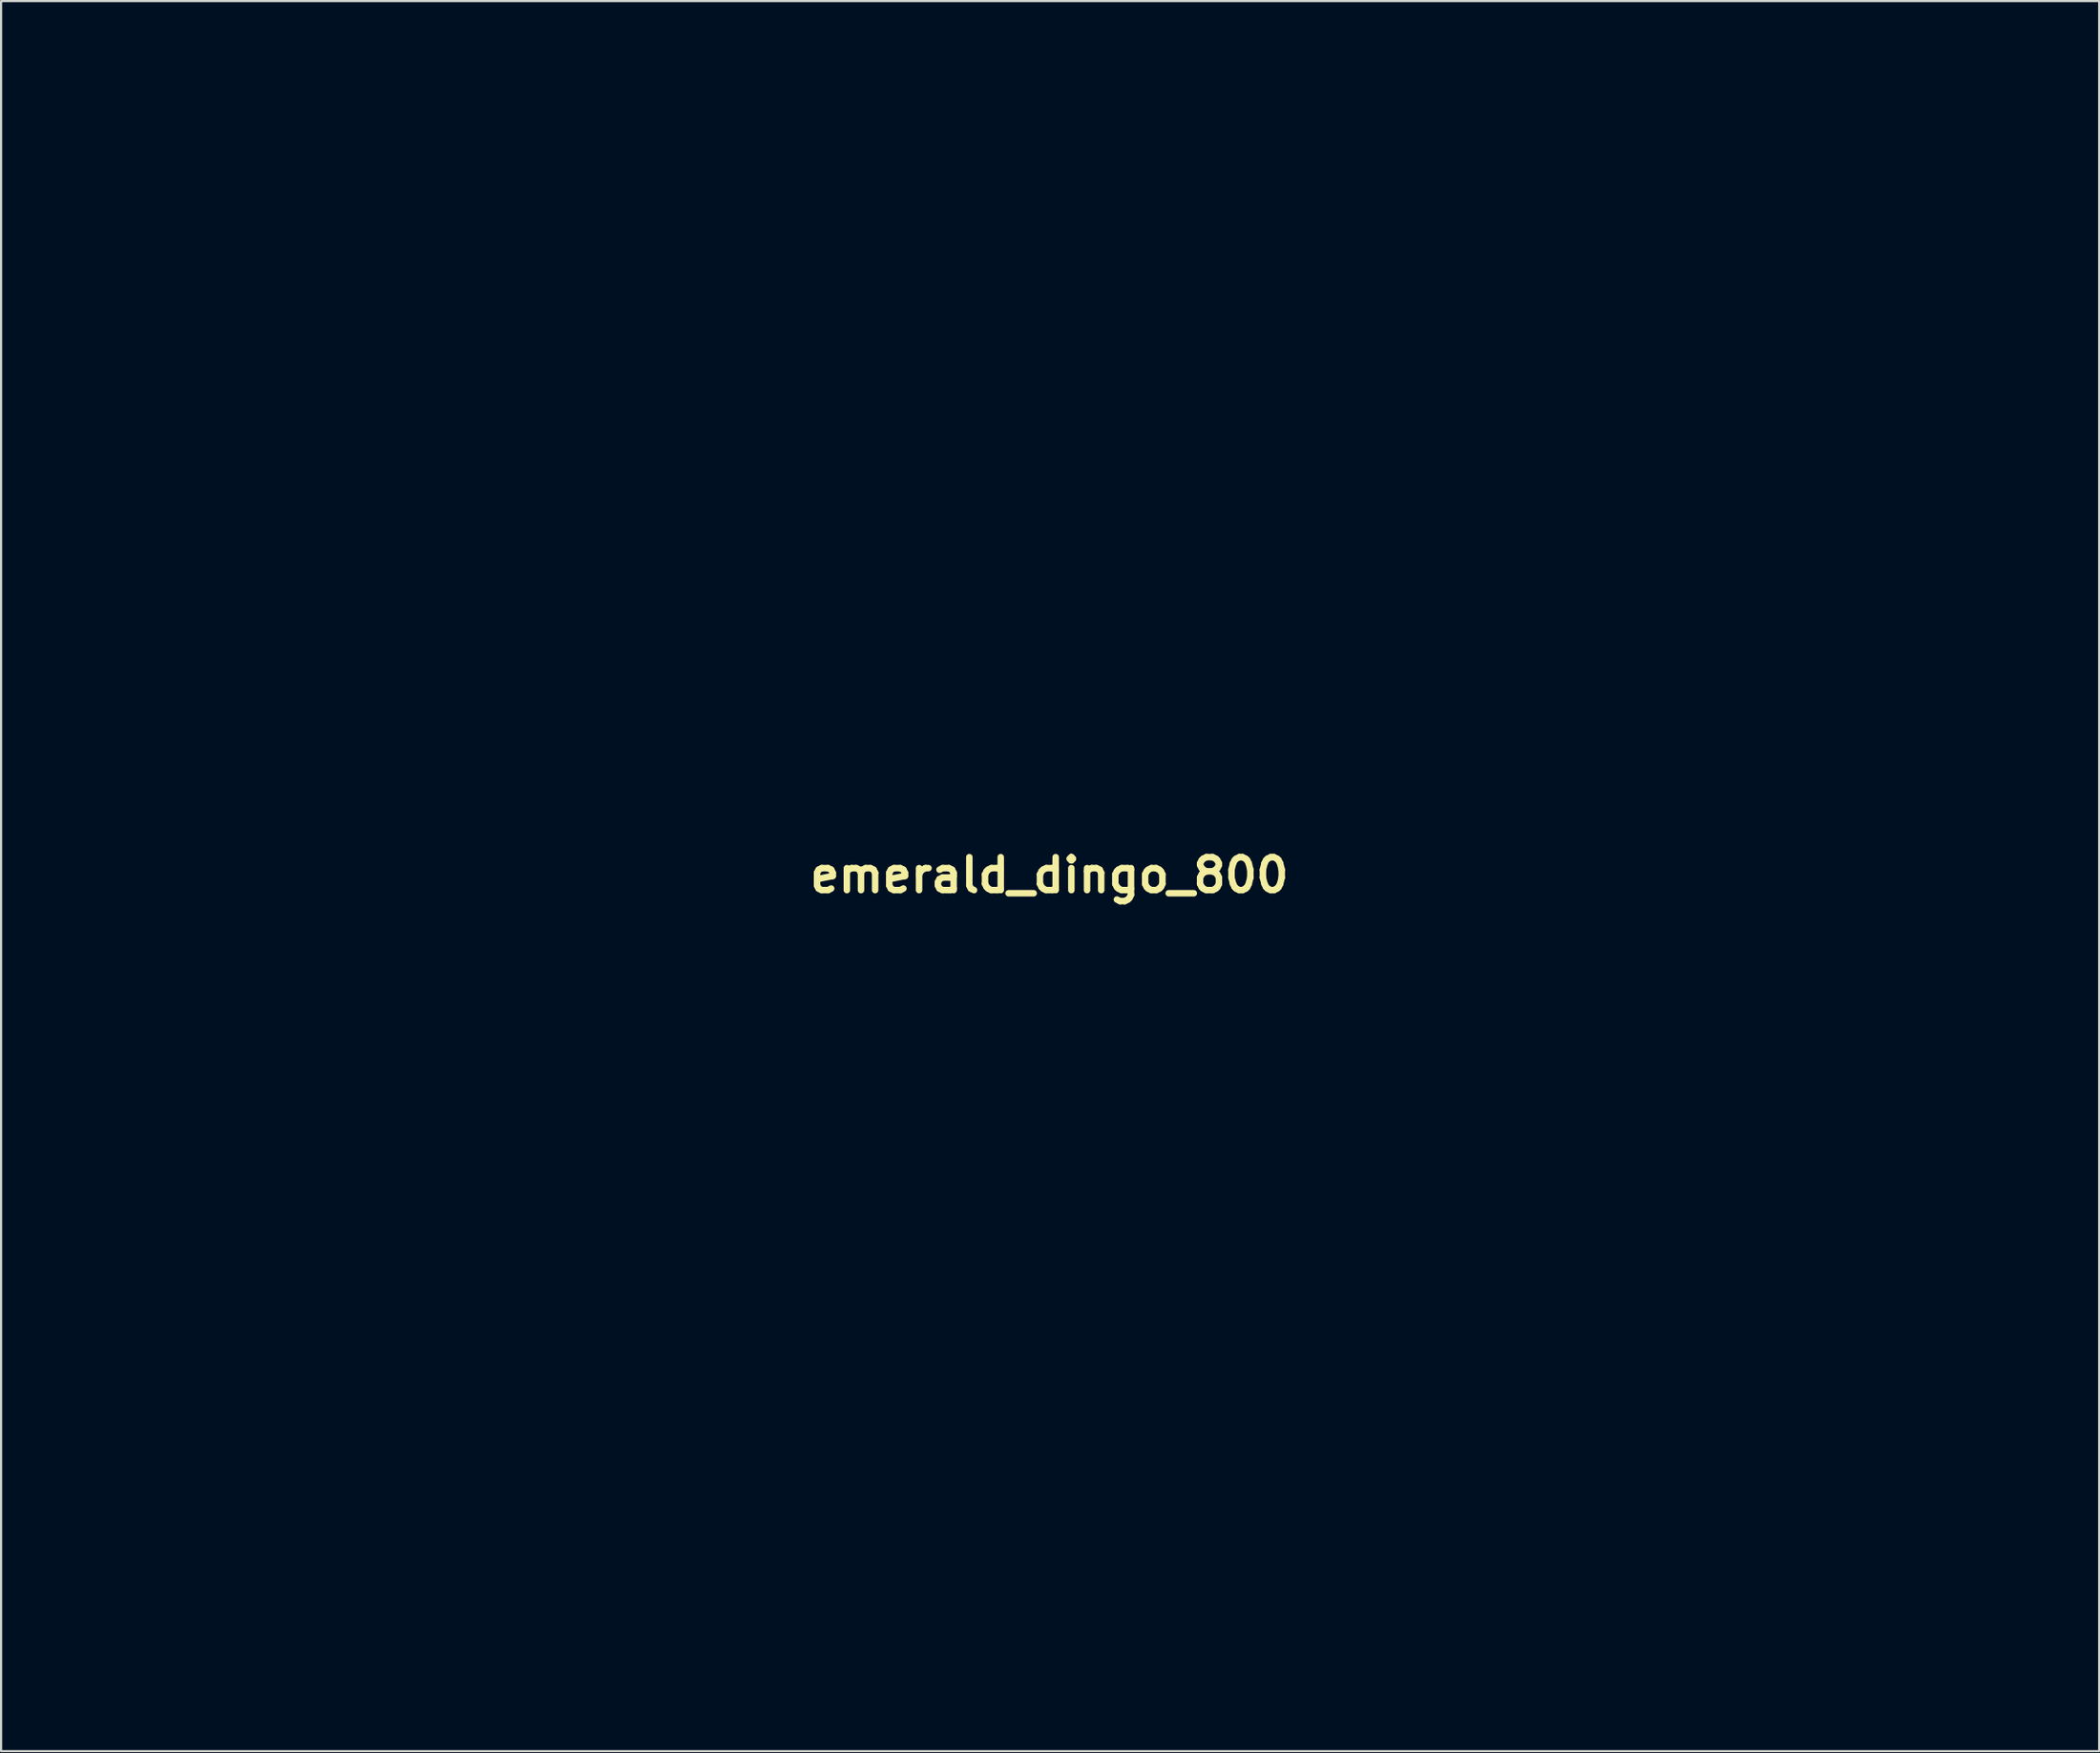
<source format=kicad_pcb>
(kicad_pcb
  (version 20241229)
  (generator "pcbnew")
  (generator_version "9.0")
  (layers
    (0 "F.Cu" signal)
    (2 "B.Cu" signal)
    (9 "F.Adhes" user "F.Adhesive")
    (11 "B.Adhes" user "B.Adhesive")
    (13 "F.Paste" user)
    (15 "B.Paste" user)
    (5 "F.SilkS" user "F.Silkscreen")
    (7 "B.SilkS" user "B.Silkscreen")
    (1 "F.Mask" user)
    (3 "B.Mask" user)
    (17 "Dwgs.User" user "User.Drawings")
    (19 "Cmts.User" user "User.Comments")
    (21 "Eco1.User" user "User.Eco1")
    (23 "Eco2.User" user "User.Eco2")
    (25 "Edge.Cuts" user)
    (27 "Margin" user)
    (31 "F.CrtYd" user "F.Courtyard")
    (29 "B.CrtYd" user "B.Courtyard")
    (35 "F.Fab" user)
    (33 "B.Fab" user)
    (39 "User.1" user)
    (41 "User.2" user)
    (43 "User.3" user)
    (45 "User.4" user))
  (footprint "emerald_dingo_800"
    (layer "F.Cu")
    (at 45.461 37.409)
    (property "Reference" "emerald_dingo_800" (at 0 0 0) (layer "F.SilkS") (effects (font (size 1.524 1.524) (thickness 0.3))))
    (attr through_hole)
    (fp_poly (pts (xy 19.812 37.338) (xy 17.357 37.338) (xy 17.357 28.956) (xy 19.812 28.956) (xy 19.812 37.338)) (stroke (width 0.01) (type solid)) (fill no) (layer "Eco2.User"))
    (fp_poly (pts (xy -31.315 -34.246) (xy -31.117 -34.1) (xy -30.831 -33.856) (xy -30.445 -33.506) (xy -30.195 -33.271) (xy -30.149 -33.219) (xy -30.131 -33.158) (xy -30.152 -33.071) (xy -30.223 -32.941) (xy -30.355 -32.749) (xy -30.56 -32.481) (xy -30.847 -32.117) (xy -31.229 -31.641) (xy -31.288 -31.568) (xy -31.651 -31.119) (xy -31.987 -30.706) (xy -32.278 -30.35) (xy -32.508 -30.072) (xy -32.659 -29.894) (xy -32.703 -29.845) (xy -32.868 -29.676) (xy -32.822 -29.845) (xy -32.743 -30.128) (xy -32.632 -30.512) (xy -32.498 -30.971) (xy -32.348 -31.48) (xy -32.19 -32.013) (xy -32.031 -32.545) (xy -31.88 -33.048) (xy -31.743 -33.498) (xy -31.629 -33.869) (xy -31.546 -34.135) (xy -31.501 -34.27) (xy -31.496 -34.28) (xy -31.437 -34.303) (xy -31.315 -34.246)) (stroke (width 0.01) (type solid)) (fill no) (layer "Eco2.User"))
    (fp_poly (pts (xy -5.927 31.698) (xy -5.926 32.499) (xy -5.923 33.148) (xy -5.913 33.66) (xy -5.894 34.054) (xy -5.861 34.344) (xy -5.811 34.549) (xy -5.741 34.685) (xy -5.647 34.768) (xy -5.526 34.815) (xy -5.374 34.843) (xy -5.27 34.857) (xy -4.911 34.905) (xy -4.911 37.338) (xy -5.228 37.327) (xy -5.492 37.31) (xy -5.832 37.277) (xy -6.066 37.249) (xy -6.731 37.084) (xy -7.305 36.781) (xy -7.777 36.345) (xy -8.137 35.784) (xy -8.161 35.734) (xy -8.207 35.627) (xy -8.245 35.515) (xy -8.275 35.377) (xy -8.299 35.198) (xy -8.317 34.958) (xy -8.331 34.64) (xy -8.342 34.227) (xy -8.35 33.699) (xy -8.357 33.039) (xy -8.364 32.229) (xy -8.365 32.152) (xy -8.39 28.956) (xy -5.927 28.956) (xy -5.927 31.698)) (stroke (width 0.01) (type solid)) (fill no) (layer "Eco2.User"))
    (fp_poly (pts (xy 18.012 -0.905) (xy 18.51 -0.763) (xy 18.958 -0.501) (xy 19.397 -0.1) (xy 19.505 0.018) (xy 19.863 0.477) (xy 20.178 0.991) (xy 20.441 1.533) (xy 20.642 2.074) (xy 20.773 2.587) (xy 20.825 3.043) (xy 20.788 3.416) (xy 20.696 3.622) (xy 20.599 3.734) (xy 20.481 3.788) (xy 20.307 3.784) (xy 20.043 3.72) (xy 19.685 3.607) (xy 19.126 3.404) (xy 18.51 3.146) (xy 17.861 2.847) (xy 17.204 2.521) (xy 16.563 2.18) (xy 15.962 1.837) (xy 15.424 1.507) (xy 14.974 1.201) (xy 14.635 0.934) (xy 14.448 0.739) (xy 14.281 0.516) (xy 14.479 0.228) (xy 14.79 -0.1) (xy 15.234 -0.393) (xy 15.776 -0.639) (xy 16.379 -0.821) (xy 17.009 -0.927) (xy 17.421 -0.948) (xy 18.012 -0.905)) (stroke (width 0.01) (type solid)) (fill no) (layer "Eco2.User"))
    (fp_poly (pts (xy 31.952 -0.734) (xy 32.525 -0.654) (xy 33.092 -0.513) (xy 33.617 -0.323) (xy 34.063 -0.095) (xy 34.391 0.157) (xy 34.478 0.259) (xy 34.572 0.451) (xy 34.563 0.658) (xy 34.441 0.904) (xy 34.197 1.213) (xy 34.03 1.396) (xy 33.515 1.873) (xy 32.901 2.332) (xy 32.221 2.757) (xy 31.507 3.13) (xy 30.792 3.438) (xy 30.108 3.662) (xy 29.488 3.788) (xy 29.161 3.81) (xy 28.858 3.803) (xy 28.674 3.771) (xy 28.56 3.698) (xy 28.481 3.596) (xy 28.377 3.298) (xy 28.366 2.896) (xy 28.439 2.421) (xy 28.585 1.9) (xy 28.795 1.366) (xy 29.057 0.846) (xy 29.363 0.372) (xy 29.7 -0.028) (xy 29.733 -0.059) (xy 30.108 -0.368) (xy 30.509 -0.573) (xy 30.986 -0.693) (xy 31.412 -0.74) (xy 31.952 -0.734)) (stroke (width 0.01) (type solid)) (fill no) (layer "Eco2.User"))
    (fp_poly (pts (xy -37.157 -37.401) (xy -36.818 -37.39) (xy -36.399 -37.373) (xy -36.144 -37.361) (xy -34.84 -37.296) (xy -34.862 -36.83) (xy -34.871 -36.635) (xy -34.886 -36.294) (xy -34.907 -35.831) (xy -34.932 -35.27) (xy -34.96 -34.634) (xy -34.991 -33.947) (xy -35.013 -33.443) (xy -35.044 -32.753) (xy -35.074 -32.113) (xy -35.102 -31.545) (xy -35.127 -31.068) (xy -35.147 -30.703) (xy -35.162 -30.472) (xy -35.169 -30.395) (xy -35.199 -30.311) (xy -35.246 -30.386) (xy -35.25 -30.395) (xy -35.297 -30.523) (xy -35.385 -30.786) (xy -35.51 -31.164) (xy -35.663 -31.637) (xy -35.84 -32.184) (xy -36.033 -32.785) (xy -36.236 -33.422) (xy -36.443 -34.073) (xy -36.647 -34.718) (xy -36.843 -35.338) (xy -37.023 -35.912) (xy -37.182 -36.42) (xy -37.312 -36.843) (xy -37.408 -37.159) (xy -37.464 -37.35) (xy -37.475 -37.399) (xy -37.385 -37.404) (xy -37.157 -37.401)) (stroke (width 0.01) (type solid)) (fill no) (layer "Eco2.User"))
    (fp_poly (pts (xy -41.074 -32.076) (xy -40.879 -31.949) (xy -40.583 -31.74) (xy -40.202 -31.462) (xy -39.752 -31.126) (xy -39.249 -30.744) (xy -38.899 -30.474) (xy -38.274 -29.99) (xy -37.769 -29.599) (xy -37.373 -29.29) (xy -37.073 -29.055) (xy -36.856 -28.882) (xy -36.71 -28.761) (xy -36.622 -28.682) (xy -36.579 -28.635) (xy -36.569 -28.609) (xy -36.579 -28.594) (xy -36.582 -28.591) (xy -36.672 -28.595) (xy -36.909 -28.617) (xy -37.272 -28.656) (xy -37.74 -28.71) (xy -38.293 -28.777) (xy -38.91 -28.853) (xy -39.148 -28.883) (xy -39.782 -28.964) (xy -40.361 -29.04) (xy -40.864 -29.108) (xy -41.268 -29.166) (xy -41.554 -29.209) (xy -41.7 -29.236) (xy -41.715 -29.241) (xy -41.713 -29.332) (xy -41.681 -29.557) (xy -41.626 -29.88) (xy -41.555 -30.268) (xy -41.474 -30.689) (xy -41.39 -31.109) (xy -41.309 -31.494) (xy -41.237 -31.812) (xy -41.182 -32.029) (xy -41.152 -32.11) (xy -41.074 -32.076)) (stroke (width 0.01) (type solid)) (fill no) (layer "Eco2.User"))
    (fp_poly (pts (xy 25.143 14.991) (xy 25.703 15.024) (xy 26.162 15.076) (xy 26.303 15.101) (xy 26.967 15.291) (xy 27.549 15.557) (xy 28.031 15.886) (xy 28.395 16.263) (xy 28.625 16.674) (xy 28.702 17.092) (xy 28.631 17.461) (xy 28.432 17.892) (xy 28.124 18.364) (xy 27.726 18.854) (xy 27.258 19.343) (xy 26.74 19.808) (xy 26.189 20.228) (xy 25.627 20.583) (xy 25.415 20.696) (xy 24.845 20.91) (xy 24.309 20.961) (xy 23.802 20.85) (xy 23.78 20.841) (xy 23.038 20.474) (xy 22.296 19.985) (xy 21.607 19.414) (xy 21.021 18.8) (xy 20.872 18.611) (xy 20.612 18.251) (xy 20.447 17.972) (xy 20.359 17.723) (xy 20.33 17.459) (xy 20.343 17.143) (xy 20.444 16.592) (xy 20.662 16.133) (xy 21.006 15.759) (xy 21.483 15.462) (xy 22.102 15.236) (xy 22.873 15.073) (xy 22.884 15.071) (xy 23.353 15.019) (xy 23.919 14.989) (xy 24.532 14.98) (xy 25.143 14.991)) (stroke (width 0.01) (type solid)) (fill no) (layer "Eco2.User"))
    (fp_poly (pts (xy 40.471 -24.18) (xy 40.818 -24.024) (xy 41.079 -23.771) (xy 41.33 -23.376) (xy 41.556 -22.869) (xy 41.745 -22.277) (xy 41.827 -21.926) (xy 41.929 -21.254) (xy 41.986 -20.471) (xy 41.999 -19.63) (xy 41.968 -18.783) (xy 41.892 -17.984) (xy 41.826 -17.549) (xy 41.624 -16.58) (xy 41.375 -15.64) (xy 41.091 -14.758) (xy 40.779 -13.96) (xy 40.451 -13.276) (xy 40.124 -12.744) (xy 39.917 -12.513) (xy 39.655 -12.297) (xy 39.385 -12.129) (xy 39.154 -12.039) (xy 39.068 -12.034) (xy 38.926 -12.059) (xy 38.805 -12.082) (xy 38.582 -12.184) (xy 38.311 -12.394) (xy 38.031 -12.673) (xy 37.782 -12.984) (xy 37.649 -13.195) (xy 37.288 -14.003) (xy 37.005 -14.942) (xy 36.806 -15.993) (xy 36.695 -17.137) (xy 36.687 -17.288) (xy 36.683 -18.299) (xy 36.771 -19.232) (xy 36.962 -20.138) (xy 37.264 -21.07) (xy 37.527 -21.717) (xy 37.873 -22.405) (xy 38.268 -22.997) (xy 38.696 -23.483) (xy 39.144 -23.854) (xy 39.598 -24.101) (xy 40.045 -24.213) (xy 40.471 -24.18)) (stroke (width 0.01) (type solid)) (fill no) (layer "Eco2.User"))
    (fp_poly (pts (xy -1.926 28.978) (xy -1.23 28.994) (xy -0.676 29.012) (xy -0.238 29.034) (xy 0.11 29.061) (xy 0.394 29.097) (xy 0.642 29.143) (xy 0.877 29.199) (xy 1.699 29.494) (xy 2.397 29.901) (xy 2.968 30.416) (xy 3.406 31.034) (xy 3.707 31.747) (xy 3.867 32.552) (xy 3.894 33.066) (xy 3.817 33.968) (xy 3.585 34.807) (xy 3.457 35.105) (xy 3.22 35.496) (xy 2.877 35.916) (xy 2.475 36.316) (xy 2.06 36.649) (xy 1.802 36.81) (xy 1.271 37.032) (xy 0.636 37.203) (xy -0.043 37.309) (xy -0.589 37.338) (xy -1.185 37.338) (xy -1.185 34.907) (xy -0.566 34.86) (xy 0.074 34.764) (xy 0.581 34.582) (xy 0.907 34.358) (xy 1.141 34.034) (xy 1.29 33.611) (xy 1.352 33.141) (xy 1.322 32.673) (xy 1.195 32.259) (xy 1.081 32.068) (xy 0.852 31.819) (xy 0.587 31.641) (xy 0.251 31.524) (xy -0.189 31.456) (xy -0.699 31.426) (xy -1.609 31.396) (xy -1.609 37.338) (xy -4.064 37.338) (xy -4.064 28.934) (xy -1.926 28.978)) (stroke (width 0.01) (type solid)) (fill no) (layer "Eco2.User"))
    (fp_poly (pts (xy 10.351 28.98) (xy 11.219 29.005) (xy 11.942 29.042) (xy 12.542 29.097) (xy 13.043 29.174) (xy 13.469 29.278) (xy 13.842 29.416) (xy 14.186 29.591) (xy 14.524 29.809) (xy 14.69 29.929) (xy 15.229 30.432) (xy 15.649 31.032) (xy 15.947 31.704) (xy 16.123 32.425) (xy 16.176 33.172) (xy 16.106 33.919) (xy 15.911 34.645) (xy 15.59 35.325) (xy 15.144 35.936) (xy 14.905 36.178) (xy 14.25 36.679) (xy 13.517 37.037) (xy 12.699 37.255) (xy 11.786 37.336) (xy 11.705 37.337) (xy 11.091 37.338) (xy 11.091 34.883) (xy 11.493 34.881) (xy 12.128 34.822) (xy 12.669 34.657) (xy 13.1 34.396) (xy 13.403 34.047) (xy 13.467 33.925) (xy 13.599 33.479) (xy 13.623 33.003) (xy 13.548 32.539) (xy 13.382 32.132) (xy 13.132 31.824) (xy 13.07 31.776) (xy 12.771 31.603) (xy 12.437 31.491) (xy 12.025 31.431) (xy 11.493 31.411) (xy 11.46 31.411) (xy 10.668 31.411) (xy 10.668 37.338) (xy 8.213 37.338) (xy 8.213 28.934) (xy 10.351 28.98)) (stroke (width 0.01) (type solid)) (fill no) (layer "Eco2.User"))
    (fp_poly (pts (xy 9.145 -24.078) (xy 9.316 -23.99) (xy 9.764 -23.627) (xy 10.237 -23.13) (xy 10.713 -22.529) (xy 11.172 -21.853) (xy 11.593 -21.132) (xy 11.955 -20.396) (xy 12.127 -19.981) (xy 12.404 -19.262) (xy 12.399 -17.484) (xy 12.395 -16.865) (xy 12.387 -16.38) (xy 12.37 -15.994) (xy 12.343 -15.672) (xy 12.302 -15.378) (xy 12.244 -15.077) (xy 12.173 -14.765) (xy 11.914 -13.87) (xy 11.594 -13.131) (xy 11.213 -12.55) (xy 11.126 -12.448) (xy 10.813 -12.168) (xy 10.45 -11.945) (xy 10.077 -11.795) (xy 9.736 -11.734) (xy 9.466 -11.778) (xy 9.441 -11.79) (xy 9.26 -11.922) (xy 9.087 -12.123) (xy 8.902 -12.423) (xy 8.687 -12.843) (xy 8.395 -13.516) (xy 8.107 -14.316) (xy 7.836 -15.198) (xy 7.595 -16.12) (xy 7.396 -17.039) (xy 7.353 -17.272) (xy 7.306 -17.654) (xy 7.273 -18.195) (xy 7.253 -18.881) (xy 7.246 -19.702) (xy 7.247 -19.812) (xy 7.257 -20.633) (xy 7.286 -21.311) (xy 7.336 -21.871) (xy 7.413 -22.339) (xy 7.521 -22.739) (xy 7.663 -23.098) (xy 7.838 -23.43) (xy 8.119 -23.79) (xy 8.448 -24.026) (xy 8.799 -24.125) (xy 9.145 -24.078)) (stroke (width 0.01) (type solid)) (fill no) (layer "Eco2.User"))
    (fp_poly (pts (xy -21.103 28.974) (xy -20.449 28.988) (xy -19.939 29.003) (xy -19.547 29.021) (xy -19.248 29.045) (xy -19.015 29.077) (xy -18.823 29.12) (xy -18.647 29.174) (xy -18.597 29.192) (xy -17.995 29.488) (xy -17.515 29.895) (xy -17.146 30.426) (xy -17.097 30.52) (xy -16.947 30.855) (xy -16.866 31.141) (xy -16.833 31.461) (xy -16.83 31.691) (xy -16.88 32.286) (xy -17.043 32.792) (xy -17.34 33.26) (xy -17.518 33.468) (xy -17.702 33.675) (xy -17.828 33.834) (xy -17.865 33.899) (xy -17.833 33.991) (xy -17.746 34.214) (xy -17.612 34.546) (xy -17.442 34.962) (xy -17.245 35.438) (xy -17.187 35.576) (xy -16.984 36.065) (xy -16.805 36.502) (xy -16.661 36.863) (xy -16.56 37.123) (xy -16.512 37.257) (xy -16.51 37.269) (xy -16.59 37.293) (xy -16.81 37.311) (xy -17.141 37.321) (xy -17.553 37.322) (xy -17.79 37.319) (xy -19.071 37.296) (xy -19.653 35.997) (xy -20.235 34.699) (xy -20.235 32.532) (xy -19.857 32.437) (xy -19.537 32.308) (xy -19.36 32.105) (xy -19.304 31.807) (xy -19.304 31.804) (xy -19.381 31.556) (xy -19.598 31.371) (xy -19.931 31.264) (xy -20.204 31.242) (xy -20.659 31.242) (xy -20.659 37.338) (xy -23.114 37.338) (xy -23.114 28.937) (xy -21.103 28.974)) (stroke (width 0.01) (type solid)) (fill no) (layer "Eco2.User"))
    (fp_poly (pts (xy 25.198 28.856) (xy 25.826 29.058) (xy 26.35 29.395) (xy 26.773 29.867) (xy 27.093 30.473) (xy 27.119 30.542) (xy 27.167 30.676) (xy 27.206 30.812) (xy 27.237 30.969) (xy 27.261 31.166) (xy 27.28 31.42) (xy 27.295 31.751) (xy 27.306 32.177) (xy 27.315 32.718) (xy 27.323 33.391) (xy 27.331 34.184) (xy 27.358 37.338) (xy 24.9 37.338) (xy 24.875 34.468) (xy 24.868 33.693) (xy 24.86 33.069) (xy 24.851 32.578) (xy 24.84 32.204) (xy 24.825 31.927) (xy 24.805 31.73) (xy 24.78 31.596) (xy 24.747 31.506) (xy 24.707 31.442) (xy 24.685 31.416) (xy 24.462 31.274) (xy 24.211 31.262) (xy 23.992 31.374) (xy 23.9 31.496) (xy 23.869 31.607) (xy 23.843 31.812) (xy 23.824 32.123) (xy 23.809 32.553) (xy 23.8 33.116) (xy 23.794 33.824) (xy 23.793 34.523) (xy 23.791 37.338) (xy 21.336 37.338) (xy 21.337 34.353) (xy 21.339 33.437) (xy 21.347 32.671) (xy 21.363 32.039) (xy 21.392 31.523) (xy 21.436 31.104) (xy 21.499 30.764) (xy 21.583 30.486) (xy 21.693 30.251) (xy 21.832 30.042) (xy 22.002 29.841) (xy 22.193 29.643) (xy 22.696 29.236) (xy 23.265 28.964) (xy 23.923 28.819) (xy 24.469 28.789) (xy 25.198 28.856)) (stroke (width 0.01) (type solid)) (fill no) (layer "Eco2.User"))
    (fp_poly (pts (xy -24.553 31.411) (xy -25.49 31.411) (xy -25.992 31.42) (xy -26.347 31.451) (xy -26.577 31.51) (xy -26.705 31.605) (xy -26.753 31.741) (xy -26.755 31.785) (xy -26.729 31.948) (xy -26.634 32.065) (xy -26.447 32.145) (xy -26.143 32.198) (xy -25.697 32.232) (xy -25.613 32.237) (xy -24.723 32.282) (xy -24.723 34.018) (xy -25.684 34.048) (xy -26.177 34.073) (xy -26.524 34.115) (xy -26.749 34.184) (xy -26.873 34.287) (xy -26.921 34.433) (xy -26.924 34.495) (xy -26.908 34.644) (xy -26.842 34.75) (xy -26.704 34.819) (xy -26.468 34.86) (xy -26.11 34.878) (xy -25.637 34.883) (xy -24.553 34.883) (xy -24.553 37.338) (xy -25.506 37.327) (xy -25.966 37.316) (xy -26.434 37.295) (xy -26.842 37.267) (xy -27.037 37.248) (xy -27.581 37.138) (xy -28.083 36.946) (xy -28.497 36.695) (xy -28.751 36.447) (xy -28.908 36.23) (xy -29.031 36.017) (xy -29.125 35.787) (xy -29.194 35.517) (xy -29.242 35.181) (xy -29.272 34.759) (xy -29.288 34.225) (xy -29.294 33.557) (xy -29.295 33.161) (xy -29.292 32.389) (xy -29.28 31.765) (xy -29.256 31.266) (xy -29.216 30.872) (xy -29.157 30.56) (xy -29.074 30.31) (xy -28.964 30.1) (xy -28.824 29.907) (xy -28.724 29.791) (xy -28.44 29.521) (xy -28.119 29.311) (xy -27.738 29.157) (xy -27.273 29.051) (xy -26.699 28.988) (xy -25.993 28.959) (xy -25.633 28.957) (xy -24.553 28.956) (xy -24.553 31.411)) (stroke (width 0.01) (type solid)) (fill no) (layer "Eco2.User"))
    (fp_poly (pts (xy 41.275 28.862) (xy 41.995 29.078) (xy 42.678 29.441) (xy 43.302 29.927) (xy 43.841 30.516) (xy 44.271 31.183) (xy 44.568 31.908) (xy 44.572 31.919) (xy 44.673 32.438) (xy 44.711 33.044) (xy 44.686 33.668) (xy 44.599 34.243) (xy 44.542 34.459) (xy 44.222 35.219) (xy 43.772 35.887) (xy 43.209 36.454) (xy 42.552 36.908) (xy 41.819 37.239) (xy 41.027 37.436) (xy 40.196 37.488) (xy 39.539 37.422) (xy 38.863 37.243) (xy 38.239 36.943) (xy 37.637 36.505) (xy 37.235 36.128) (xy 36.728 35.5) (xy 36.355 34.798) (xy 36.118 34.046) (xy 36.026 33.32) (xy 38.552 33.32) (xy 38.559 33.377) (xy 38.722 33.932) (xy 39.005 34.389) (xy 39.388 34.736) (xy 39.848 34.956) (xy 40.365 35.036) (xy 40.917 34.962) (xy 40.917 34.962) (xy 41.362 34.755) (xy 41.728 34.417) (xy 41.996 33.976) (xy 42.148 33.46) (xy 42.175 33.104) (xy 42.101 32.554) (xy 41.9 32.09) (xy 41.595 31.72) (xy 41.212 31.452) (xy 40.773 31.294) (xy 40.304 31.255) (xy 39.826 31.344) (xy 39.366 31.568) (xy 38.946 31.937) (xy 38.926 31.96) (xy 38.77 32.224) (xy 38.643 32.586) (xy 38.564 32.975) (xy 38.552 33.32) (xy 36.026 33.32) (xy 36.019 33.267) (xy 36.059 32.487) (xy 36.239 31.729) (xy 36.56 31.017) (xy 36.901 30.521) (xy 37.522 29.88) (xy 38.222 29.38) (xy 38.988 29.028) (xy 39.803 28.829) (xy 40.652 28.789) (xy 41.275 28.862)) (stroke (width 0.01) (type solid)) (fill no) (layer "Eco2.User"))
    (fp_poly (pts (xy 33.486 28.901) (xy 33.909 28.999) (xy 33.932 30.258) (xy 33.94 30.742) (xy 33.941 31.082) (xy 33.932 31.3) (xy 33.911 31.419) (xy 33.875 31.465) (xy 33.821 31.461) (xy 33.805 31.454) (xy 33.242 31.292) (xy 32.679 31.255) (xy 32.158 31.341) (xy 31.745 31.532) (xy 31.333 31.893) (xy 31.064 32.341) (xy 30.933 32.884) (xy 30.927 32.954) (xy 30.941 33.578) (xy 31.085 34.104) (xy 31.353 34.522) (xy 31.736 34.825) (xy 32.227 35.003) (xy 32.7 35.05) (xy 32.996 35.039) (xy 33.168 34.996) (xy 33.26 34.907) (xy 33.267 34.896) (xy 33.3 34.718) (xy 33.175 34.602) (xy 32.892 34.548) (xy 32.746 34.544) (xy 32.337 34.544) (xy 32.385 32.639) (xy 33.542 32.615) (xy 34.698 32.592) (xy 34.89 32.86) (xy 35.235 33.477) (xy 35.425 34.115) (xy 35.465 34.755) (xy 35.364 35.374) (xy 35.129 35.952) (xy 34.767 36.469) (xy 34.286 36.904) (xy 33.694 37.236) (xy 33.254 37.387) (xy 32.655 37.485) (xy 31.997 37.468) (xy 31.647 37.42) (xy 31.001 37.232) (xy 30.37 36.898) (xy 29.781 36.443) (xy 29.266 35.889) (xy 28.853 35.262) (xy 28.81 35.179) (xy 28.554 34.507) (xy 28.41 33.757) (xy 28.377 32.971) (xy 28.454 32.191) (xy 28.639 31.459) (xy 28.917 30.845) (xy 29.186 30.464) (xy 29.546 30.062) (xy 29.948 29.686) (xy 30.346 29.382) (xy 30.564 29.252) (xy 31.276 28.978) (xy 32.054 28.828) (xy 32.845 28.809) (xy 33.486 28.901)) (stroke (width 0.01) (type solid)) (fill no) (layer "Eco2.User"))
    (fp_poly (pts (xy -40.725 31.411) (xy -41.692 31.411) (xy -42.139 31.416) (xy -42.447 31.433) (xy -42.645 31.467) (xy -42.763 31.519) (xy -42.793 31.544) (xy -42.914 31.737) (xy -42.878 31.94) (xy -42.815 32.038) (xy -42.733 32.11) (xy -42.59 32.161) (xy -42.353 32.197) (xy -41.991 32.226) (xy -41.799 32.236) (xy -40.894 32.282) (xy -40.894 34.036) (xy -41.645 34.036) (xy -42.022 34.042) (xy -42.365 34.058) (xy -42.617 34.082) (xy -42.669 34.09) (xy -42.921 34.205) (xy -43.054 34.4) (xy -43.046 34.637) (xy -43.016 34.703) (xy -42.967 34.776) (xy -42.891 34.827) (xy -42.759 34.858) (xy -42.543 34.875) (xy -42.211 34.882) (xy -41.822 34.883) (xy -40.725 34.883) (xy -40.725 37.338) (xy -41.677 37.327) (xy -42.135 37.316) (xy -42.598 37.295) (xy -43 37.269) (xy -43.192 37.25) (xy -43.878 37.104) (xy -44.443 36.839) (xy -44.891 36.453) (xy -45.225 35.945) (xy -45.247 35.9) (xy -45.301 35.772) (xy -45.343 35.634) (xy -45.375 35.465) (xy -45.4 35.24) (xy -45.417 34.939) (xy -45.43 34.537) (xy -45.44 34.013) (xy -45.449 33.343) (xy -45.45 33.292) (xy -45.456 32.513) (xy -45.453 31.881) (xy -45.437 31.375) (xy -45.405 30.974) (xy -45.353 30.656) (xy -45.278 30.4) (xy -45.176 30.184) (xy -45.045 29.986) (xy -44.91 29.819) (xy -44.633 29.541) (xy -44.318 29.326) (xy -43.941 29.167) (xy -43.48 29.058) (xy -42.91 28.991) (xy -42.209 28.96) (xy -41.804 28.957) (xy -40.725 28.956) (xy -40.725 31.411)) (stroke (width 0.01) (type solid)) (fill no) (layer "Eco2.User"))
    (fp_poly (pts (xy -12.178 28.832) (xy -11.871 28.845) (xy -11.642 28.878) (xy -11.447 28.936) (xy -11.239 29.029) (xy -11.131 29.084) (xy -10.614 29.436) (xy -10.22 29.904) (xy -9.947 30.489) (xy -9.928 30.549) (xy -9.889 30.693) (xy -9.857 30.857) (xy -9.832 31.059) (xy -9.812 31.318) (xy -9.798 31.653) (xy -9.789 32.083) (xy -9.783 32.624) (xy -9.78 33.298) (xy -9.779 34.121) (xy -9.779 34.163) (xy -9.779 37.296) (xy -12.192 37.343) (xy -12.194 34.694) (xy -12.197 34.025) (xy -12.204 33.396) (xy -12.215 32.832) (xy -12.229 32.356) (xy -12.246 31.993) (xy -12.265 31.765) (xy -12.273 31.716) (xy -12.37 31.436) (xy -12.522 31.29) (xy -12.768 31.244) (xy -12.801 31.243) (xy -13.01 31.284) (xy -13.155 31.421) (xy -13.244 31.674) (xy -13.287 32.062) (xy -13.293 32.362) (xy -13.293 33.105) (xy -12.615 33.105) (xy -12.615 35.306) (xy -13.287 35.306) (xy -13.311 36.301) (xy -13.335 37.296) (xy -14.525 37.319) (xy -14.958 37.324) (xy -15.329 37.32) (xy -15.606 37.309) (xy -15.757 37.291) (xy -15.774 37.284) (xy -15.792 37.183) (xy -15.807 36.936) (xy -15.818 36.568) (xy -15.826 36.102) (xy -15.83 35.563) (xy -15.831 34.973) (xy -15.828 34.357) (xy -15.823 33.739) (xy -15.814 33.143) (xy -15.803 32.591) (xy -15.789 32.11) (xy -15.772 31.721) (xy -15.753 31.449) (xy -15.745 31.378) (xy -15.572 30.656) (xy -15.278 30.05) (xy -14.859 29.556) (xy -14.312 29.171) (xy -14.118 29.073) (xy -13.872 28.966) (xy -13.658 28.896) (xy -13.429 28.855) (xy -13.137 28.835) (xy -12.736 28.829) (xy -12.609 28.829) (xy -12.178 28.832)) (stroke (width 0.01) (type solid)) (fill no) (layer "Eco2.User"))
    (fp_poly (pts (xy -32.294 28.864) (xy -31.754 29.088) (xy -31.304 29.452) (xy -30.957 29.945) (xy -30.894 30.075) (xy -30.844 30.189) (xy -30.802 30.3) (xy -30.769 30.425) (xy -30.742 30.581) (xy -30.722 30.786) (xy -30.706 31.057) (xy -30.694 31.411) (xy -30.686 31.866) (xy -30.678 32.441) (xy -30.672 33.151) (xy -30.666 33.93) (xy -30.64 37.338) (xy -33.105 37.338) (xy -33.105 34.454) (xy -33.107 33.601) (xy -33.115 32.874) (xy -33.128 32.283) (xy -33.145 31.835) (xy -33.167 31.54) (xy -33.192 31.406) (xy -33.335 31.274) (xy -33.519 31.25) (xy -33.668 31.343) (xy -33.671 31.348) (xy -33.688 31.455) (xy -33.707 31.711) (xy -33.725 32.096) (xy -33.742 32.589) (xy -33.759 33.171) (xy -33.773 33.821) (xy -33.782 34.375) (xy -33.824 37.296) (xy -36.237 37.343) (xy -36.247 34.567) (xy -36.251 33.887) (xy -36.258 33.251) (xy -36.267 32.683) (xy -36.278 32.204) (xy -36.29 31.837) (xy -36.304 31.604) (xy -36.311 31.538) (xy -36.412 31.324) (xy -36.542 31.259) (xy -36.647 31.25) (xy -36.733 31.267) (xy -36.802 31.326) (xy -36.855 31.441) (xy -36.896 31.629) (xy -36.926 31.905) (xy -36.947 32.283) (xy -36.962 32.781) (xy -36.972 33.413) (xy -36.98 34.195) (xy -36.982 34.43) (xy -37.008 37.338) (xy -38.191 37.338) (xy -38.687 37.334) (xy -39.035 37.322) (xy -39.259 37.299) (xy -39.381 37.262) (xy -39.42 37.222) (xy -39.429 37.114) (xy -39.436 36.856) (xy -39.441 36.467) (xy -39.444 35.966) (xy -39.445 35.372) (xy -39.443 34.705) (xy -39.439 33.984) (xy -39.438 33.857) (xy -39.412 30.607) (xy -39.174 30.122) (xy -38.825 29.585) (xy -38.376 29.181) (xy -37.843 28.917) (xy -37.24 28.803) (xy -36.879 28.807) (xy -36.28 28.925) (xy -35.774 29.179) (xy -35.359 29.559) (xy -35.055 29.914) (xy -34.628 29.48) (xy -34.168 29.107) (xy -33.655 28.881) (xy -33.058 28.79) (xy -32.909 28.787) (xy -32.294 28.864)) (stroke (width 0.01) (type solid)) (fill no) (layer "Eco2.User"))
    (fp_poly (pts (xy -18.524 -15.606) (xy -17.909 -15.6) (xy -17.46 -15.589) (xy -17.177 -15.574) (xy -17.065 -15.556) (xy -16.96 -15.476) (xy -16.748 -15.294) (xy -16.448 -15.027) (xy -16.074 -14.689) (xy -15.643 -14.295) (xy -15.172 -13.862) (xy -14.678 -13.404) (xy -14.177 -12.937) (xy -13.685 -12.476) (xy -13.22 -12.037) (xy -12.796 -11.635) (xy -12.432 -11.285) (xy -12.143 -11.003) (xy -11.947 -10.804) (xy -11.859 -10.704) (xy -11.84 -10.659) (xy -11.825 -10.578) (xy -11.812 -10.454) (xy -11.803 -10.278) (xy -11.797 -10.041) (xy -11.794 -9.733) (xy -11.794 -9.347) (xy -11.798 -8.872) (xy -11.805 -8.301) (xy -11.816 -7.624) (xy -11.831 -6.832) (xy -11.849 -5.917) (xy -11.872 -4.87) (xy -11.898 -3.682) (xy -11.929 -2.343) (xy -11.964 -0.846) (xy -11.97 -0.583) (xy -12.001 0.702) (xy -12.032 1.94) (xy -12.062 3.122) (xy -12.092 4.237) (xy -12.122 5.273) (xy -12.15 6.222) (xy -12.176 7.07) (xy -12.201 7.809) (xy -12.223 8.427) (xy -12.243 8.914) (xy -12.26 9.259) (xy -12.273 9.451) (xy -12.28 9.488) (xy -12.355 9.577) (xy -12.537 9.766) (xy -12.807 10.04) (xy -13.15 10.383) (xy -13.549 10.779) (xy -13.987 11.211) (xy -14.449 11.663) (xy -14.917 12.12) (xy -15.375 12.565) (xy -15.806 12.981) (xy -16.194 13.353) (xy -16.522 13.665) (xy -16.774 13.9) (xy -16.933 14.043) (xy -16.977 14.077) (xy -17.081 14.091) (xy -17.338 14.108) (xy -17.734 14.128) (xy -18.252 14.151) (xy -18.878 14.174) (xy -19.595 14.199) (xy -20.389 14.224) (xy -21.243 14.249) (xy -21.902 14.267) (xy -23.066 14.296) (xy -24.072 14.322) (xy -24.932 14.342) (xy -25.658 14.358) (xy -26.26 14.37) (xy -26.751 14.377) (xy -27.142 14.38) (xy -27.444 14.38) (xy -27.669 14.375) (xy -27.829 14.367) (xy -27.935 14.355) (xy -27.998 14.339) (xy -28.003 14.338) (xy -28.086 14.263) (xy -28.265 14.075) (xy -28.524 13.79) (xy -28.849 13.425) (xy -29.227 12.997) (xy -29.644 12.52) (xy -30.084 12.013) (xy -30.534 11.491) (xy -30.98 10.971) (xy -31.408 10.469) (xy -31.803 10.002) (xy -32.152 9.587) (xy -32.439 9.238) (xy -32.652 8.974) (xy -32.775 8.81) (xy -32.8 8.769) (xy -32.809 8.651) (xy -32.809 8.369) (xy -32.802 7.998) (xy -31.399 7.998) (xy -31.398 8.096) (xy -31.364 8.2) (xy -31.274 8.357) (xy -31.118 8.578) (xy -30.889 8.874) (xy -30.577 9.258) (xy -30.174 9.738) (xy -29.67 10.328) (xy -29.387 10.657) (xy -27.405 12.954) (xy -26.889 12.956) (xy -26.704 12.954) (xy -26.368 12.949) (xy -25.9 12.94) (xy -25.317 12.929) (xy -24.639 12.915) (xy -23.883 12.899) (xy -23.069 12.881) (xy -22.213 12.862) (xy -22.013 12.858) (xy -17.653 12.758) (xy -17.314 12.46) (xy -17.164 12.322) (xy -16.913 12.085) (xy -16.58 11.766) (xy -16.185 11.386) (xy -15.749 10.962) (xy -15.291 10.516) (xy -13.606 8.869) (xy -13.414 0.773) (xy -13.386 -0.419) (xy -13.359 -1.587) (xy -13.332 -2.717) (xy -13.307 -3.794) (xy -13.284 -4.805) (xy -13.262 -5.735) (xy -13.243 -6.569) (xy -13.227 -7.294) (xy -13.214 -7.895) (xy -13.204 -8.357) (xy -13.197 -8.666) (xy -13.197 -8.698) (xy -13.171 -10.072) (xy -17.653 -14.245) (xy -20.87 -14.192) (xy -21.681 -14.18) (xy -22.514 -14.168) (xy -23.337 -14.158) (xy -24.116 -14.15) (xy -24.817 -14.144) (xy -25.407 -14.14) (xy -25.752 -14.139) (xy -27.416 -14.139) (xy -28.969 -12.232) (xy -29.37 -11.737) (xy -29.736 -11.276) (xy -30.053 -10.869) (xy -30.309 -10.533) (xy -30.488 -10.287) (xy -30.576 -10.15) (xy -30.581 -10.137) (xy -30.593 -10.027) (xy -30.611 -9.763) (xy -30.635 -9.356) (xy -30.664 -8.82) (xy -30.698 -8.17) (xy -30.736 -7.418) (xy -30.777 -6.579) (xy -30.821 -5.665) (xy -30.867 -4.69) (xy -30.914 -3.668) (xy -30.962 -2.613) (xy -31.011 -1.538) (xy -31.06 -0.456) (xy -31.107 0.619) (xy -31.153 1.674) (xy -31.197 2.694) (xy -31.238 3.666) (xy -31.276 4.578) (xy -31.31 5.414) (xy -31.339 6.162) (xy -31.364 6.808) (xy -31.382 7.338) (xy -31.394 7.74) (xy -31.399 7.998) (xy -32.802 7.998) (xy -32.8 7.925) (xy -32.783 7.326) (xy -32.758 6.574) (xy -32.725 5.674) (xy -32.684 4.631) (xy -32.635 3.448) (xy -32.578 2.13) (xy -32.514 0.681) (xy -32.443 -0.894) (xy -32.435 -1.068) (xy -31.994 -10.708) (xy -31.768 -11.005) (xy -31.601 -11.22) (xy -31.358 -11.525) (xy -31.054 -11.902) (xy -30.706 -12.332) (xy -30.328 -12.796) (xy -29.937 -13.274) (xy -29.547 -13.747) (xy -29.176 -14.196) (xy -28.839 -14.602) (xy -28.551 -14.947) (xy -28.328 -15.21) (xy -28.187 -15.372) (xy -28.146 -15.414) (xy -28.093 -15.44) (xy -27.992 -15.462) (xy -27.831 -15.482) (xy -27.599 -15.499) (xy -27.283 -15.514) (xy -26.871 -15.528) (xy -26.353 -15.54) (xy -25.716 -15.552) (xy -24.949 -15.563) (xy -24.04 -15.574) (xy -22.976 -15.585) (xy -22.614 -15.589) (xy -21.35 -15.6) (xy -20.246 -15.606) (xy -19.303 -15.608) (xy -18.524 -15.606)) (stroke (width 0.01) (type solid)) (fill no) (layer "Eco2.User"))
    (fp_poly (pts (xy 40.435 -30.239) (xy 40.973 -30.059) (xy 41.006 -30.043) (xy 41.248 -29.884) (xy 41.567 -29.624) (xy 41.934 -29.293) (xy 42.317 -28.92) (xy 42.685 -28.534) (xy 43.009 -28.165) (xy 43.183 -27.946) (xy 43.833 -26.943) (xy 44.38 -25.817) (xy 44.822 -24.579) (xy 45.159 -23.241) (xy 45.389 -21.815) (xy 45.511 -20.312) (xy 45.524 -18.743) (xy 45.427 -17.12) (xy 45.22 -15.455) (xy 44.901 -13.759) (xy 44.546 -12.319) (xy 44.193 -11.134) (xy 43.798 -9.991) (xy 43.369 -8.913) (xy 42.918 -7.924) (xy 42.456 -7.048) (xy 41.992 -6.309) (xy 41.843 -6.103) (xy 41.625 -5.813) (xy 41.607 -3.774) (xy 41.57 -2.373) (xy 41.485 -1.08) (xy 41.345 0.159) (xy 41.144 1.399) (xy 41.029 1.99) (xy 40.547 3.977) (xy 39.92 5.929) (xy 39.159 7.829) (xy 38.271 9.656) (xy 37.266 11.393) (xy 36.153 13.02) (xy 35.321 14.074) (xy 34.561 14.983) (xy 34.501 15.598) (xy 34.404 16.254) (xy 34.24 16.991) (xy 34.027 17.743) (xy 33.792 18.415) (xy 33.266 19.549) (xy 32.622 20.565) (xy 31.864 21.461) (xy 31 22.232) (xy 30.035 22.876) (xy 28.975 23.389) (xy 27.825 23.768) (xy 26.593 24.009) (xy 25.284 24.11) (xy 23.904 24.067) (xy 23.576 24.036) (xy 22.298 23.822) (xy 21.095 23.458) (xy 19.976 22.951) (xy 18.946 22.304) (xy 18.014 21.523) (xy 17.185 20.612) (xy 16.468 19.577) (xy 16.093 18.895) (xy 15.855 18.361) (xy 15.616 17.723) (xy 15.399 17.045) (xy 15.224 16.391) (xy 15.129 15.932) (xy 15.009 15.227) (xy 14.155 14.366) (xy 13.344 13.502) (xy 12.623 12.629) (xy 11.965 11.709) (xy 11.346 10.707) (xy 10.739 9.586) (xy 10.539 9.186) (xy 9.779 7.507) (xy 9.126 5.765) (xy 8.575 3.943) (xy 8.122 2.024) (xy 7.762 -0.011) (xy 7.542 -1.693) (xy 7.497 -2.146) (xy 7.451 -2.705) (xy 7.405 -3.33) (xy 7.363 -3.979) (xy 7.327 -4.609) (xy 7.3 -5.179) (xy 7.285 -5.648) (xy 7.282 -5.862) (xy 7.273 -6.185) (xy 7.233 -6.409) (xy 7.14 -6.603) (xy 6.978 -6.83) (xy 6.66 -7.309) (xy 6.325 -7.923) (xy 5.989 -8.641) (xy 5.665 -9.432) (xy 5.368 -10.263) (xy 5.239 -10.668) (xy 4.858 -12.076) (xy 4.544 -13.563) (xy 4.3 -15.104) (xy 4.126 -16.674) (xy 4.024 -18.248) (xy 3.996 -19.685) (xy 5.467 -19.685) (xy 5.468 -18.792) (xy 5.476 -18.035) (xy 5.494 -17.381) (xy 5.525 -16.798) (xy 5.569 -16.252) (xy 5.629 -15.711) (xy 5.708 -15.141) (xy 5.806 -14.52) (xy 6.037 -13.283) (xy 6.313 -12.098) (xy 6.629 -10.985) (xy 6.976 -9.962) (xy 7.351 -9.046) (xy 7.744 -8.255) (xy 8.152 -7.608) (xy 8.336 -7.371) (xy 8.448 -7.232) (xy 8.535 -7.1) (xy 8.601 -6.953) (xy 8.649 -6.767) (xy 8.685 -6.517) (xy 8.71 -6.181) (xy 8.73 -5.734) (xy 8.749 -5.152) (xy 8.758 -4.826) (xy 8.879 -2.636) (xy 9.119 -0.501) (xy 9.472 1.566) (xy 9.937 3.553) (xy 10.509 5.448) (xy 11.187 7.237) (xy 11.965 8.909) (xy 12.662 10.16) (xy 13.454 11.366) (xy 14.314 12.461) (xy 15.283 13.497) (xy 15.342 13.555) (xy 16.345 14.538) (xy 16.465 15.334) (xy 16.727 16.586) (xy 17.118 17.738) (xy 17.634 18.784) (xy 18.269 19.72) (xy 19.018 20.538) (xy 19.874 21.235) (xy 20.834 21.803) (xy 21.891 22.239) (xy 23.041 22.535) (xy 23.475 22.606) (xy 23.874 22.641) (xy 24.391 22.656) (xy 24.981 22.652) (xy 25.596 22.632) (xy 26.19 22.596) (xy 26.716 22.547) (xy 27.127 22.486) (xy 27.178 22.475) (xy 28.261 22.159) (xy 29.249 21.705) (xy 30.137 21.118) (xy 30.921 20.405) (xy 31.597 19.57) (xy 32.161 18.617) (xy 32.609 17.553) (xy 32.937 16.382) (xy 33.141 15.109) (xy 33.152 15.002) (xy 33.212 14.383) (xy 34.125 13.295) (xy 35.333 11.727) (xy 36.425 10.045) (xy 37.392 8.266) (xy 38.228 6.408) (xy 38.923 4.487) (xy 39.469 2.52) (xy 39.63 1.797) (xy 39.793 0.961) (xy 39.921 0.182) (xy 40.019 -0.58) (xy 40.091 -1.364) (xy 40.139 -2.211) (xy 40.169 -3.16) (xy 40.18 -3.874) (xy 40.205 -6.266) (xy 40.669 -6.9) (xy 41.238 -7.778) (xy 41.778 -8.804) (xy 42.281 -9.957) (xy 42.74 -11.217) (xy 43.148 -12.564) (xy 43.498 -13.979) (xy 43.783 -15.441) (xy 43.904 -16.214) (xy 43.972 -16.806) (xy 44.026 -17.508) (xy 44.065 -18.275) (xy 44.089 -19.065) (xy 44.096 -19.836) (xy 44.084 -20.544) (xy 44.054 -21.147) (xy 44.033 -21.378) (xy 43.817 -22.8) (xy 43.49 -24.111) (xy 43.055 -25.308) (xy 42.513 -26.384) (xy 41.867 -27.334) (xy 41.12 -28.153) (xy 40.879 -28.37) (xy 40.536 -28.648) (xy 40.265 -28.809) (xy 40.025 -28.859) (xy 39.773 -28.807) (xy 39.469 -28.659) (xy 39.411 -28.626) (xy 38.932 -28.285) (xy 38.408 -27.789) (xy 37.843 -27.145) (xy 37.243 -26.361) (xy 36.612 -25.443) (xy 35.954 -24.399) (xy 35.273 -23.236) (xy 34.575 -21.961) (xy 33.864 -20.581) (xy 33.143 -19.104) (xy 32.418 -17.536) (xy 32.248 -17.156) (xy 32.021 -16.655) (xy 31.807 -16.202) (xy 31.619 -15.823) (xy 31.47 -15.541) (xy 31.371 -15.382) (xy 31.349 -15.359) (xy 31.216 -15.288) (xy 31.033 -15.254) (xy 30.774 -15.258) (xy 30.411 -15.3) (xy 29.918 -15.382) (xy 29.755 -15.412) (xy 28.61 -15.615) (xy 27.596 -15.772) (xy 26.68 -15.884) (xy 25.831 -15.952) (xy 25.016 -15.977) (xy 24.205 -15.961) (xy 23.363 -15.903) (xy 22.461 -15.804) (xy 21.465 -15.667) (xy 21.421 -15.661) (xy 20.885 -15.58) (xy 20.285 -15.491) (xy 19.707 -15.404) (xy 19.373 -15.354) (xy 18.924 -15.291) (xy 18.61 -15.259) (xy 18.397 -15.257) (xy 18.253 -15.283) (xy 18.187 -15.311) (xy 18.091 -15.41) (xy 17.942 -15.636) (xy 17.736 -15.994) (xy 17.472 -16.49) (xy 17.144 -17.131) (xy 16.871 -17.678) (xy 16.07 -19.256) (xy 15.285 -20.728) (xy 14.52 -22.087) (xy 13.779 -23.331) (xy 13.063 -24.454) (xy 12.378 -25.452) (xy 11.725 -26.321) (xy 11.109 -27.056) (xy 10.533 -27.653) (xy 9.999 -28.107) (xy 9.512 -28.414) (xy 9.074 -28.569) (xy 8.731 -28.577) (xy 8.189 -28.4) (xy 7.678 -28.065) (xy 7.206 -27.579) (xy 6.78 -26.95) (xy 6.405 -26.187) (xy 6.088 -25.299) (xy 6.056 -25.19) (xy 5.896 -24.607) (xy 5.768 -24.057) (xy 5.666 -23.51) (xy 5.589 -22.938) (xy 5.534 -22.315) (xy 5.497 -21.611) (xy 5.476 -20.798) (xy 5.467 -19.849) (xy 5.467 -19.685) (xy 3.996 -19.685) (xy 3.993 -19.801) (xy 4.036 -21.306) (xy 4.154 -22.74) (xy 4.346 -24.077) (xy 4.615 -25.291) (xy 4.651 -25.422) (xy 5.008 -26.492) (xy 5.44 -27.435) (xy 5.943 -28.244) (xy 6.51 -28.911) (xy 7.138 -29.426) (xy 7.191 -29.46) (xy 7.654 -29.705) (xy 8.168 -29.889) (xy 8.675 -29.997) (xy 9.118 -30.014) (xy 9.171 -30.008) (xy 9.716 -29.863) (xy 10.309 -29.57) (xy 10.939 -29.138) (xy 11.592 -28.577) (xy 12.256 -27.898) (xy 12.756 -27.311) (xy 13.288 -26.615) (xy 13.872 -25.782) (xy 14.493 -24.835) (xy 15.141 -23.794) (xy 15.802 -22.681) (xy 16.463 -21.516) (xy 17.112 -20.321) (xy 17.737 -19.116) (xy 18.002 -18.584) (xy 18.243 -18.098) (xy 18.462 -17.657) (xy 18.646 -17.288) (xy 18.785 -17.013) (xy 18.864 -16.858) (xy 18.874 -16.839) (xy 18.922 -16.78) (xy 19.005 -16.751) (xy 19.153 -16.751) (xy 19.399 -16.782) (xy 19.776 -16.843) (xy 19.827 -16.851) (xy 20.43 -16.947) (xy 21.127 -17.047) (xy 21.872 -17.145) (xy 22.621 -17.236) (xy 23.328 -17.314) (xy 23.948 -17.374) (xy 24.342 -17.404) (xy 25 -17.42) (xy 25.765 -17.388) (xy 26.65 -17.308) (xy 27.671 -17.177) (xy 28.533 -17.046) (xy 29.014 -16.969) (xy 29.463 -16.899) (xy 29.842 -16.841) (xy 30.11 -16.801) (xy 30.187 -16.79) (xy 30.529 -16.746) (xy 30.972 -17.768) (xy 31.298 -18.496) (xy 31.687 -19.329) (xy 32.119 -20.227) (xy 32.573 -21.145) (xy 33.029 -22.044) (xy 33.466 -22.881) (xy 33.653 -23.229) (xy 34.46 -24.664) (xy 35.236 -25.934) (xy 35.981 -27.039) (xy 36.698 -27.98) (xy 37.386 -28.759) (xy 38.047 -29.375) (xy 38.681 -29.831) (xy 39.29 -30.126) (xy 39.874 -30.262) (xy 40.435 -30.239)) (stroke (width 0.01) (type solid)) (fill no) (layer "Eco2.User"))
    (fp_poly (pts (xy -32.491 -27.287) (xy -31.976 -27.282) (xy -31.363 -27.274) (xy -30.641 -27.262) (xy -29.803 -27.247) (xy -28.841 -27.227) (xy -27.746 -27.204) (xy -26.511 -27.177) (xy -25.127 -27.146) (xy -23.586 -27.11) (xy -22.768 -27.091) (xy -21.41 -27.059) (xy -20.096 -27.028) (xy -18.836 -26.997) (xy -17.641 -26.968) (xy -16.52 -26.94) (xy -15.485 -26.913) (xy -14.544 -26.888) (xy -13.709 -26.865) (xy -12.99 -26.845) (xy -12.396 -26.828) (xy -11.939 -26.813) (xy -11.628 -26.802) (xy -11.474 -26.794) (xy -11.461 -26.792) (xy -11.378 -26.763) (xy -11.265 -26.692) (xy -11.113 -26.568) (xy -10.91 -26.38) (xy -10.646 -26.12) (xy -10.311 -25.776) (xy -9.895 -25.338) (xy -9.387 -24.796) (xy -8.778 -24.14) (xy -8.71 -24.067) (xy -8.052 -23.357) (xy -7.316 -22.564) (xy -6.535 -21.723) (xy -5.743 -20.87) (xy -4.974 -20.042) (xy -4.26 -19.274) (xy -3.779 -18.757) (xy -3.256 -18.193) (xy -2.768 -17.662) (xy -2.328 -17.177) (xy -1.947 -16.753) (xy -1.639 -16.404) (xy -1.415 -16.143) (xy -1.289 -15.984) (xy -1.265 -15.947) (xy -1.24 -15.73) (xy -1.282 -15.452) (xy -1.286 -15.438) (xy -1.302 -15.316) (xy -1.316 -15.069) (xy -1.327 -14.693) (xy -1.335 -14.184) (xy -1.341 -13.537) (xy -1.344 -12.747) (xy -1.345 -11.811) (xy -1.344 -10.725) (xy -1.34 -9.482) (xy -1.334 -8.081) (xy -1.325 -6.515) (xy -1.323 -6.181) (xy -1.315 -4.822) (xy -1.308 -3.413) (xy -1.3 -1.975) (xy -1.293 -0.53) (xy -1.286 0.901) (xy -1.279 2.295) (xy -1.274 3.632) (xy -1.269 4.889) (xy -1.265 6.044) (xy -1.261 7.076) (xy -1.259 7.963) (xy -1.259 8.058) (xy -1.249 13.365) (xy -2.807 15.128) (xy -3.34 15.734) (xy -3.912 16.392) (xy -4.513 17.089) (xy -5.131 17.81) (xy -5.754 18.542) (xy -6.37 19.27) (xy -6.968 19.981) (xy -7.536 20.661) (xy -8.062 21.296) (xy -8.536 21.873) (xy -8.944 22.376) (xy -9.277 22.793) (xy -9.521 23.109) (xy -9.662 23.306) (xy -9.709 23.383) (xy -9.748 23.453) (xy -9.788 23.515) (xy -9.838 23.57) (xy -9.908 23.619) (xy -10.005 23.661) (xy -10.139 23.698) (xy -10.319 23.729) (xy -10.554 23.755) (xy -10.853 23.777) (xy -11.224 23.795) (xy -11.677 23.809) (xy -12.221 23.821) (xy -12.864 23.829) (xy -13.616 23.836) (xy -14.485 23.841) (xy -15.48 23.845) (xy -16.611 23.847) (xy -17.886 23.85) (xy -19.314 23.853) (xy -20.574 23.855) (xy -22.159 23.858) (xy -23.583 23.86) (xy -24.855 23.861) (xy -25.981 23.861) (xy -26.971 23.86) (xy -27.832 23.857) (xy -28.572 23.854) (xy -29.201 23.849) (xy -29.726 23.842) (xy -30.154 23.834) (xy -30.495 23.824) (xy -30.757 23.813) (xy -30.947 23.8) (xy -31.074 23.785) (xy -31.146 23.769) (xy -31.157 23.764) (xy -31.254 23.696) (xy -31.472 23.534) (xy -31.8 23.287) (xy -32.226 22.963) (xy -32.736 22.573) (xy -32.894 22.453) (xy -29.383 22.453) (xy -23.179 22.392) (xy -22.149 22.381) (xy -21.153 22.37) (xy -20.207 22.357) (xy -19.326 22.345) (xy -18.525 22.332) (xy -17.819 22.32) (xy -17.225 22.308) (xy -16.756 22.296) (xy -16.429 22.286) (xy -16.277 22.278) (xy -15.579 22.225) (xy -21.611 20.285) (xy -22.584 19.972) (xy -23.511 19.674) (xy -24.378 19.395) (xy -25.174 19.139) (xy -25.885 18.91) (xy -26.499 18.712) (xy -27.003 18.55) (xy -27.384 18.427) (xy -27.63 18.347) (xy -27.728 18.315) (xy -27.729 18.315) (xy -27.782 18.382) (xy -27.883 18.585) (xy -28.022 18.902) (xy -28.189 19.311) (xy -28.374 19.788) (xy -28.439 19.959) (xy -28.636 20.488) (xy -28.825 20.989) (xy -28.991 21.432) (xy -29.124 21.784) (xy -29.213 22.015) (xy -29.223 22.043) (xy -29.383 22.453) (xy -32.894 22.453) (xy -33.32 22.126) (xy -33.965 21.631) (xy -34.66 21.097) (xy -35.391 20.534) (xy -36.147 19.95) (xy -36.917 19.356) (xy -37.687 18.761) (xy -38.445 18.174) (xy -39.181 17.604) (xy -39.881 17.06) (xy -40.534 16.553) (xy -41.127 16.091) (xy -41.648 15.683) (xy -42.086 15.34) (xy -42.428 15.069) (xy -42.662 14.882) (xy -42.768 14.793) (xy -43.077 14.52) (xy -43.081 14.215) (xy -41.059 14.215) (xy -40.993 14.274) (xy -40.804 14.422) (xy -40.507 14.648) (xy -40.116 14.944) (xy -39.646 15.297) (xy -39.109 15.699) (xy -38.521 16.137) (xy -37.895 16.603) (xy -37.245 17.085) (xy -36.586 17.573) (xy -35.931 18.057) (xy -35.294 18.526) (xy -34.69 18.97) (xy -34.132 19.379) (xy -33.636 19.741) (xy -33.213 20.048) (xy -32.88 20.288) (xy -32.649 20.451) (xy -32.535 20.526) (xy -32.525 20.53) (xy -32.558 20.451) (xy -32.661 20.236) (xy -32.828 19.896) (xy -33.053 19.445) (xy -33.329 18.897) (xy -33.649 18.263) (xy -34.007 17.558) (xy -34.396 16.795) (xy -34.791 16.024) (xy -35.207 15.212) (xy -35.603 14.442) (xy -35.971 13.729) (xy -36.085 13.509) (xy -34.238 13.509) (xy -34.173 13.687) (xy -34.038 13.999) (xy -33.837 14.439) (xy -33.574 14.998) (xy -33.252 15.668) (xy -32.875 16.443) (xy -32.448 17.313) (xy -31.973 18.271) (xy -31.531 19.156) (xy -31.274 19.666) (xy -31.04 20.123) (xy -30.842 20.504) (xy -30.689 20.789) (xy -30.593 20.959) (xy -30.565 20.997) (xy -30.528 20.92) (xy -30.452 20.704) (xy -30.344 20.374) (xy -30.211 19.953) (xy -30.062 19.466) (xy -30.02 19.325) (xy -29.867 18.816) (xy -29.73 18.36) (xy -29.616 17.983) (xy -29.573 17.841) (xy -24.555 17.841) (xy -24.553 17.843) (xy -24.442 17.881) (xy -24.186 17.966) (xy -23.802 18.092) (xy -23.304 18.254) (xy -22.707 18.448) (xy -22.026 18.669) (xy -21.276 18.912) (xy -20.473 19.172) (xy -19.63 19.445) (xy -18.763 19.725) (xy -17.887 20.007) (xy -17.017 20.288) (xy -16.168 20.561) (xy -15.354 20.823) (xy -14.592 21.068) (xy -13.895 21.292) (xy -13.279 21.489) (xy -12.759 21.656) (xy -12.349 21.786) (xy -12.065 21.876) (xy -11.922 21.92) (xy -11.908 21.923) (xy -11.866 21.868) (xy -11.878 21.823) (xy -11.929 21.723) (xy -12.053 21.497) (xy -12.237 21.164) (xy -12.47 20.746) (xy -12.741 20.263) (xy -13.018 19.77) (xy -14.116 17.822) (xy -19.398 17.808) (xy -20.322 17.806) (xy -21.191 17.805) (xy -21.991 17.807) (xy -22.707 17.809) (xy -23.326 17.814) (xy -23.834 17.819) (xy -24.218 17.825) (xy -24.462 17.833) (xy -24.555 17.841) (xy -29.573 17.841) (xy -29.533 17.71) (xy -29.489 17.567) (xy -29.485 17.554) (xy -29.54 17.479) (xy -29.712 17.31) (xy -29.816 17.214) (xy -12.8 17.214) (xy -12.744 17.341) (xy -12.621 17.58) (xy -12.445 17.908) (xy -12.227 18.299) (xy -11.983 18.732) (xy -11.725 19.183) (xy -11.468 19.627) (xy -11.225 20.042) (xy -11.009 20.403) (xy -10.834 20.688) (xy -10.713 20.872) (xy -10.661 20.932) (xy -10.661 20.931) (xy -10.632 20.837) (xy -10.573 20.596) (xy -10.49 20.228) (xy -10.387 19.754) (xy -10.368 19.667) (xy -8.795 19.667) (xy -8.792 19.713) (xy -8.78 19.727) (xy -8.777 19.727) (xy -8.715 19.666) (xy -8.558 19.495) (xy -8.321 19.232) (xy -8.018 18.892) (xy -7.667 18.495) (xy -7.392 18.182) (xy -6.843 17.553) (xy -6.297 16.92) (xy -5.764 16.295) (xy -5.255 15.692) (xy -4.781 15.125) (xy -4.353 14.605) (xy -3.982 14.148) (xy -3.679 13.765) (xy -3.454 13.47) (xy -3.318 13.276) (xy -3.284 13.197) (xy -3.284 13.197) (xy -3.379 13.15) (xy -3.606 13.053) (xy -3.938 12.918) (xy -4.347 12.754) (xy -4.807 12.573) (xy -5.29 12.384) (xy -5.77 12.199) (xy -6.219 12.027) (xy -6.612 11.879) (xy -6.92 11.766) (xy -7.116 11.699) (xy -7.173 11.684) (xy -7.207 11.764) (xy -7.269 11.995) (xy -7.356 12.36) (xy -7.463 12.842) (xy -7.589 13.426) (xy -7.729 14.095) (xy -7.879 14.834) (xy -8.033 15.607) (xy -8.217 16.543) (xy -8.371 17.327) (xy -8.496 17.971) (xy -8.596 18.49) (xy -8.673 18.896) (xy -8.729 19.203) (xy -8.766 19.425) (xy -8.787 19.575) (xy -8.795 19.667) (xy -10.368 19.667) (xy -10.267 19.192) (xy -10.136 18.563) (xy -10.036 18.076) (xy -9.886 17.349) (xy -9.737 16.619) (xy -9.592 15.919) (xy -9.46 15.279) (xy -9.347 14.729) (xy -9.257 14.301) (xy -9.228 14.161) (xy -9.144 13.751) (xy -9.076 13.409) (xy -9.032 13.163) (xy -9.016 13.045) (xy -9.017 13.039) (xy -9.09 13.099) (xy -9.259 13.268) (xy -9.507 13.527) (xy -9.817 13.859) (xy -10.175 14.245) (xy -10.562 14.668) (xy -10.964 15.11) (xy -11.363 15.553) (xy -11.744 15.978) (xy -12.09 16.367) (xy -12.385 16.704) (xy -12.612 16.969) (xy -12.756 17.146) (xy -12.8 17.214) (xy -29.816 17.214) (xy -29.985 17.058) (xy -30.346 16.738) (xy -30.78 16.362) (xy -31.273 15.943) (xy -31.765 15.53) (xy -32.307 15.079) (xy -32.813 14.658) (xy -33.266 14.281) (xy -33.65 13.96) (xy -33.95 13.709) (xy -34.15 13.542) (xy -34.23 13.475) (xy -34.238 13.509) (xy -36.085 13.509) (xy -36.304 13.085) (xy -36.596 12.525) (xy -36.838 12.061) (xy -37.024 11.709) (xy -37.146 11.481) (xy -37.197 11.393) (xy -37.238 11.355) (xy -37.3 11.348) (xy -37.397 11.381) (xy -37.545 11.466) (xy -37.758 11.612) (xy -38.053 11.828) (xy -38.443 12.126) (xy -38.945 12.514) (xy -39.186 12.702) (xy -39.672 13.082) (xy -40.11 13.429) (xy -40.485 13.729) (xy -40.779 13.969) (xy -40.976 14.134) (xy -41.058 14.212) (xy -41.059 14.215) (xy -43.081 14.215) (xy -43.104 12.46) (xy -41.322 12.46) (xy -41.305 12.49) (xy -41.25 12.478) (xy -41.143 12.416) (xy -40.969 12.294) (xy -40.715 12.103) (xy -40.367 11.835) (xy -39.91 11.48) (xy -39.444 11.117) (xy -37.782 9.823) (xy -37.779 9.525) (xy -36.334 9.525) (xy -32.375 12.912) (xy -28.417 16.298) (xy -21.468 16.341) (xy -20.397 16.348) (xy -19.372 16.355) (xy -18.408 16.362) (xy -17.517 16.369) (xy -16.712 16.376) (xy -16.006 16.382) (xy -15.411 16.388) (xy -14.941 16.393) (xy -14.608 16.398) (xy -14.425 16.402) (xy -14.393 16.404) (xy -14.22 16.383) (xy -14.174 16.361) (xy -14.101 16.287) (xy -13.926 16.099) (xy -13.66 15.811) (xy -13.317 15.434) (xy -12.906 14.981) (xy -12.44 14.466) (xy -11.929 13.899) (xy -11.391 13.3) (xy -8.699 10.303) (xy -8.751 9.448) (xy -8.761 9.253) (xy -8.777 8.901) (xy -8.798 8.402) (xy -8.824 7.769) (xy -8.855 7.013) (xy -8.89 6.146) (xy -8.928 5.179) (xy -8.97 4.124) (xy -9.015 2.992) (xy -9.061 1.796) (xy -9.11 0.546) (xy -9.159 -0.745) (xy -9.188 -1.482) (xy -9.237 -2.782) (xy -9.286 -4.04) (xy -9.333 -5.246) (xy -9.379 -6.388) (xy -9.388 -6.63) (xy -7.948 -6.63) (xy -7.943 -6.341) (xy -7.932 -5.913) (xy -7.916 -5.361) (xy -7.895 -4.699) (xy -7.87 -3.941) (xy -7.841 -3.1) (xy -7.808 -2.193) (xy -7.773 -1.232) (xy -7.736 -0.232) (xy -7.697 0.793) (xy -7.657 1.829) (xy -7.616 2.861) (xy -7.576 3.875) (xy -7.536 4.857) (xy -7.497 5.792) (xy -7.46 6.667) (xy -7.425 7.468) (xy -7.393 8.179) (xy -7.365 8.787) (xy -7.34 9.277) (xy -7.32 9.636) (xy -7.305 9.849) (xy -7.298 9.902) (xy -7.262 9.972) (xy -7.183 10.047) (xy -7.045 10.135) (xy -6.828 10.243) (xy -6.516 10.382) (xy -6.091 10.559) (xy -5.535 10.782) (xy -5.164 10.93) (xy -4.604 11.15) (xy -4.093 11.348) (xy -3.652 11.517) (xy -3.304 11.647) (xy -3.07 11.731) (xy -2.975 11.759) (xy -2.894 11.71) (xy -2.899 11.663) (xy -2.925 11.569) (xy -2.993 11.321) (xy -3.098 10.931) (xy -3.239 10.409) (xy -3.412 9.765) (xy -3.616 9.009) (xy -3.846 8.152) (xy -4.1 7.205) (xy -4.375 6.177) (xy -4.669 5.079) (xy -4.979 3.923) (xy -5.302 2.717) (xy -5.427 2.251) (xy -5.861 0.632) (xy -6.253 -0.823) (xy -6.603 -2.117) (xy -6.912 -3.251) (xy -7.18 -4.224) (xy -7.408 -5.039) (xy -7.595 -5.696) (xy -7.742 -6.197) (xy -7.849 -6.542) (xy -7.916 -6.733) (xy -7.945 -6.77) (xy -7.945 -6.766) (xy -7.948 -6.63) (xy -9.388 -6.63) (xy -9.409 -7.154) (xy -8.043 -7.154) (xy -8.001 -7.112) (xy -7.959 -7.154) (xy -8.001 -7.197) (xy -8.043 -7.154) (xy -9.409 -7.154) (xy -9.421 -7.456) (xy -9.461 -8.437) (xy -9.497 -9.323) (xy -9.529 -10.101) (xy -9.557 -10.76) (xy -9.581 -11.289) (xy -9.593 -11.557) (xy -7.674 -11.557) (xy -7.648 -11.466) (xy -7.581 -11.221) (xy -7.476 -10.834) (xy -7.336 -10.315) (xy -7.164 -9.674) (xy -6.961 -8.922) (xy -6.732 -8.07) (xy -6.479 -7.127) (xy -6.205 -6.105) (xy -5.912 -5.014) (xy -5.603 -3.864) (xy -5.282 -2.667) (xy -5.199 -2.354) (xy -4.875 -1.149) (xy -4.564 0.01) (xy -4.267 1.111) (xy -3.989 2.144) (xy -3.73 3.1) (xy -3.495 3.966) (xy -3.286 4.734) (xy -3.105 5.393) (xy -2.957 5.932) (xy -2.843 6.341) (xy -2.766 6.61) (xy -2.729 6.729) (xy -2.726 6.734) (xy -2.723 6.647) (xy -2.721 6.401) (xy -2.72 6.007) (xy -2.72 5.474) (xy -2.721 4.812) (xy -2.723 4.032) (xy -2.725 3.145) (xy -2.729 2.16) (xy -2.733 1.088) (xy -2.739 -0.061) (xy -2.745 -1.277) (xy -2.752 -2.55) (xy -2.759 -3.72) (xy -2.767 -5.033) (xy -2.776 -6.298) (xy -2.785 -7.505) (xy -2.794 -8.643) (xy -2.804 -9.702) (xy -2.814 -10.672) (xy -2.824 -11.544) (xy -2.834 -12.306) (xy -2.844 -12.948) (xy -2.853 -13.461) (xy -2.862 -13.834) (xy -2.87 -14.057) (xy -2.877 -14.121) (xy -3.088 -14.024) (xy -3.403 -13.868) (xy -3.802 -13.665) (xy -4.264 -13.426) (xy -4.765 -13.163) (xy -5.286 -12.887) (xy -5.805 -12.61) (xy -6.3 -12.342) (xy -6.75 -12.097) (xy -7.134 -11.884) (xy -7.43 -11.715) (xy -7.617 -11.602) (xy -7.674 -11.557) (xy -9.593 -11.557) (xy -9.599 -11.679) (xy -9.611 -11.917) (xy -9.616 -11.983) (xy -9.635 -12.126) (xy -9.668 -12.256) (xy -9.73 -12.391) (xy -9.837 -12.553) (xy -10.002 -12.761) (xy -10.24 -13.036) (xy -10.565 -13.397) (xy -10.936 -13.803) (xy -11.299 -14.195) (xy -11.759 -14.68) (xy -12.291 -15.236) (xy -12.871 -15.838) (xy -13.477 -16.461) (xy -14.083 -17.079) (xy -14.587 -17.588) (xy -16.961 -19.979) (xy -22.133 -20.149) (xy -23.364 -20.19) (xy -24.438 -20.224) (xy -25.367 -20.253) (xy -26.163 -20.276) (xy -26.837 -20.293) (xy -27.403 -20.304) (xy -27.872 -20.31) (xy -28.256 -20.31) (xy -28.567 -20.305) (xy -28.818 -20.294) (xy -29.02 -20.278) (xy -29.185 -20.256) (xy -29.326 -20.229) (xy -29.454 -20.196) (xy -29.529 -20.174) (xy -29.641 -20.138) (xy -29.748 -20.094) (xy -29.863 -20.031) (xy -29.996 -19.939) (xy -30.159 -19.809) (xy -30.362 -19.63) (xy -30.617 -19.391) (xy -30.934 -19.083) (xy -31.326 -18.696) (xy -31.802 -18.219) (xy -32.376 -17.641) (xy -33.056 -16.954) (xy -33.074 -16.936) (xy -36.134 -13.843) (xy -36.185 -11.218) (xy -36.193 -10.764) (xy -36.201 -10.155) (xy -36.21 -9.409) (xy -36.219 -8.54) (xy -36.228 -7.564) (xy -36.238 -6.497) (xy -36.247 -5.355) (xy -36.256 -4.152) (xy -36.265 -2.905) (xy -36.273 -1.629) (xy -36.281 -0.34) (xy -36.285 0.466) (xy -36.334 9.525) (xy -37.779 9.525) (xy -37.723 2.858) (xy -37.714 1.752) (xy -37.706 0.669) (xy -37.7 -0.374) (xy -37.694 -1.363) (xy -37.69 -2.282) (xy -37.687 -3.114) (xy -37.686 -3.845) (xy -37.686 -4.459) (xy -37.687 -4.94) (xy -37.69 -5.272) (xy -37.691 -5.346) (xy -37.719 -6.586) (xy -39.485 2.74) (xy -39.719 3.976) (xy -39.945 5.168) (xy -40.161 6.306) (xy -40.364 7.379) (xy -40.552 8.375) (xy -40.724 9.284) (xy -40.878 10.095) (xy -41.011 10.797) (xy -41.121 11.379) (xy -41.206 11.83) (xy -41.265 12.14) (xy -41.295 12.296) (xy -41.297 12.311) (xy -41.315 12.397) (xy -41.322 12.46) (xy -43.104 12.46) (xy -43.129 10.583) (xy -43.136 9.999) (xy -43.145 9.261) (xy -43.154 8.383) (xy -43.164 7.38) (xy -43.174 6.267) (xy -43.185 5.059) (xy -43.197 3.77) (xy -43.209 2.416) (xy -43.22 1.011) (xy -43.232 -0.429) (xy -43.244 -1.891) (xy -43.255 -3.359) (xy -43.266 -4.741) (xy -43.276 -6.128) (xy -43.287 -7.474) (xy -43.298 -8.771) (xy -43.308 -10.007) (xy -43.319 -11.172) (xy -43.33 -12.255) (xy -43.34 -13.247) (xy -43.349 -14.136) (xy -43.357 -14.737) (xy -41.89 -14.737) (xy -41.889 -14.208) (xy -41.886 -13.553) (xy -41.882 -12.784) (xy -41.876 -11.911) (xy -41.869 -10.945) (xy -41.861 -9.898) (xy -41.852 -8.78) (xy -41.841 -7.603) (xy -41.83 -6.377) (xy -41.829 -6.297) (xy -41.817 -5.02) (xy -41.805 -3.758) (xy -41.794 -2.525) (xy -41.784 -1.336) (xy -41.774 -0.205) (xy -41.764 0.854) (xy -41.756 1.826) (xy -41.749 2.697) (xy -41.743 3.453) (xy -41.739 4.079) (xy -41.736 4.561) (xy -41.735 4.826) (xy -41.731 5.38) (xy -41.726 5.868) (xy -41.718 6.267) (xy -41.71 6.556) (xy -41.701 6.712) (xy -41.694 6.731) (xy -41.675 6.639) (xy -41.626 6.39) (xy -41.549 5.996) (xy -41.446 5.465) (xy -41.321 4.81) (xy -41.173 4.039) (xy -41.006 3.163) (xy -40.82 2.193) (xy -40.619 1.138) (xy -40.405 0.009) (xy -40.178 -1.184) (xy -39.941 -2.431) (xy -39.754 -3.421) (xy -39.511 -4.704) (xy -39.277 -5.941) (xy -39.054 -7.122) (xy -38.844 -8.238) (xy -38.649 -9.278) (xy -38.47 -10.232) (xy -38.31 -11.089) (xy -38.171 -11.839) (xy -38.054 -12.471) (xy -37.961 -12.976) (xy -37.895 -13.343) (xy -37.857 -13.562) (xy -37.848 -13.624) (xy -37.91 -13.696) (xy -38.097 -13.813) (xy -38.417 -13.978) (xy -38.877 -14.194) (xy -39.485 -14.466) (xy -39.852 -14.626) (xy -40.393 -14.859) (xy -40.881 -15.066) (xy -41.295 -15.238) (xy -41.614 -15.367) (xy -41.818 -15.444) (xy -41.885 -15.463) (xy -41.888 -15.375) (xy -41.89 -15.13) (xy -41.89 -14.737) (xy -43.357 -14.737) (xy -43.359 -14.912) (xy -43.367 -15.565) (xy -43.375 -16.084) (xy -43.382 -16.459) (xy -43.388 -16.679) (xy -43.39 -16.722) (xy -43.396 -17.134) (xy -43.375 -17.329) (xy -41.45 -17.329) (xy -41.397 -17.259) (xy -41.201 -17.129) (xy -40.861 -16.938) (xy -40.373 -16.684) (xy -39.735 -16.365) (xy -39.394 -16.199) (xy -38.846 -15.933) (xy -38.35 -15.693) (xy -37.926 -15.49) (xy -37.594 -15.332) (xy -37.373 -15.228) (xy -37.283 -15.188) (xy -37.282 -15.188) (xy -37.259 -15.27) (xy -37.199 -15.5) (xy -37.105 -15.865) (xy -36.982 -16.349) (xy -36.844 -16.893) (xy -35.306 -16.893) (xy -34.805 -17.4) (xy -34.608 -17.601) (xy -34.317 -17.902) (xy -33.953 -18.279) (xy -33.538 -18.71) (xy -33.096 -19.172) (xy -32.729 -19.555) (xy -32.226 -20.087) (xy -31.938 -20.402) (xy -14.986 -20.402) (xy -14.93 -20.315) (xy -14.773 -20.122) (xy -14.528 -19.838) (xy -14.211 -19.479) (xy -13.835 -19.061) (xy -13.417 -18.599) (xy -12.969 -18.11) (xy -12.508 -17.609) (xy -12.047 -17.112) (xy -11.601 -16.635) (xy -11.184 -16.194) (xy -10.812 -15.804) (xy -10.499 -15.481) (xy -10.26 -15.242) (xy -10.108 -15.102) (xy -10.062 -15.071) (xy -10.023 -15.133) (xy -10.031 -15.177) (xy -10.054 -15.278) (xy -10.104 -15.53) (xy -10.18 -15.916) (xy -10.278 -16.42) (xy -10.395 -17.027) (xy -10.528 -17.72) (xy -10.674 -18.482) (xy -10.83 -19.299) (xy -10.879 -19.558) (xy -11.038 -20.39) (xy -11.187 -21.174) (xy -11.326 -21.893) (xy -11.449 -22.533) (xy -11.554 -23.076) (xy -11.599 -23.305) (xy -10.131 -23.305) (xy -10.119 -23.262) (xy -10.097 -23.161) (xy -10.046 -22.909) (xy -9.969 -22.523) (xy -9.869 -22.017) (xy -9.75 -21.408) (xy -9.614 -20.711) (xy -9.465 -19.942) (xy -9.305 -19.117) (xy -9.227 -18.711) (xy -9.062 -17.853) (xy -8.904 -17.035) (xy -8.756 -16.273) (xy -8.623 -15.586) (xy -8.507 -14.989) (xy -8.411 -14.5) (xy -8.34 -14.136) (xy -8.295 -13.914) (xy -8.286 -13.868) (xy -8.2 -13.47) (xy -7.762 -13.668) (xy -7.569 -13.758) (xy -7.249 -13.91) (xy -6.827 -14.113) (xy -6.328 -14.354) (xy -5.778 -14.621) (xy -5.213 -14.895) (xy -3.103 -15.924) (xy -3.485 -16.323) (xy -3.616 -16.461) (xy -3.85 -16.709) (xy -4.175 -17.055) (xy -4.579 -17.485) (xy -5.049 -17.986) (xy -5.572 -18.545) (xy -6.138 -19.148) (xy -6.732 -19.783) (xy -6.978 -20.045) (xy -7.566 -20.673) (xy -8.12 -21.263) (xy -8.628 -21.802) (xy -9.079 -22.28) (xy -9.462 -22.685) (xy -9.768 -23.007) (xy -9.985 -23.233) (xy -10.103 -23.352) (xy -10.121 -23.368) (xy -10.131 -23.305) (xy -11.599 -23.305) (xy -11.638 -23.506) (xy -11.698 -23.807) (xy -11.731 -23.963) (xy -11.735 -23.979) (xy -11.782 -23.986) (xy -11.897 -23.904) (xy -12.088 -23.724) (xy -12.362 -23.44) (xy -12.728 -23.043) (xy -13.191 -22.526) (xy -13.382 -22.311) (xy -13.795 -21.842) (xy -14.168 -21.411) (xy -14.488 -21.035) (xy -14.74 -20.732) (xy -14.91 -20.517) (xy -14.984 -20.409) (xy -14.986 -20.402) (xy -31.938 -20.402) (xy -31.816 -20.535) (xy -31.504 -20.89) (xy -31.298 -21.146) (xy -31.204 -21.294) (xy -31.199 -21.323) (xy -31.273 -21.471) (xy -31.393 -21.678) (xy -24.116 -21.678) (xy -24.058 -21.663) (xy -23.846 -21.644) (xy -23.497 -21.622) (xy -23.026 -21.597) (xy -22.45 -21.571) (xy -21.784 -21.544) (xy -21.044 -21.516) (xy -20.264 -21.49) (xy -19.459 -21.464) (xy -18.706 -21.439) (xy -18.02 -21.416) (xy -17.42 -21.396) (xy -16.922 -21.378) (xy -16.543 -21.364) (xy -16.301 -21.354) (xy -16.213 -21.349) (xy -16.135 -21.407) (xy -15.963 -21.575) (xy -15.712 -21.836) (xy -15.397 -22.175) (xy -15.036 -22.573) (xy -14.731 -22.917) (xy -14.25 -23.461) (xy -13.872 -23.89) (xy -13.587 -24.217) (xy -13.389 -24.454) (xy -13.267 -24.613) (xy -13.214 -24.707) (xy -13.22 -24.749) (xy -13.278 -24.751) (xy -13.379 -24.725) (xy -13.513 -24.684) (xy -13.523 -24.681) (xy -13.676 -24.638) (xy -13.976 -24.553) (xy -14.409 -24.431) (xy -14.958 -24.276) (xy -15.609 -24.093) (xy -16.346 -23.886) (xy -17.153 -23.66) (xy -18.016 -23.418) (xy -18.918 -23.165) (xy -18.965 -23.151) (xy -19.859 -22.9) (xy -20.706 -22.662) (xy -21.491 -22.439) (xy -22.201 -22.238) (xy -22.82 -22.06) (xy -23.336 -21.912) (xy -23.733 -21.796) (xy -23.997 -21.717) (xy -24.113 -21.68) (xy -24.116 -21.678) (xy -31.393 -21.678) (xy -31.417 -21.719) (xy -31.613 -22.043) (xy -31.847 -22.417) (xy -32.102 -22.819) (xy -32.363 -23.222) (xy -32.614 -23.602) (xy -32.838 -23.936) (xy -33.02 -24.197) (xy -33.143 -24.362) (xy -33.192 -24.407) (xy -33.227 -24.313) (xy -33.301 -24.074) (xy -33.409 -23.709) (xy -33.545 -23.237) (xy -33.705 -22.675) (xy -33.883 -22.043) (xy -34.073 -21.358) (xy -34.079 -21.336) (xy -34.278 -20.616) (xy -34.471 -19.917) (xy -34.651 -19.263) (xy -34.812 -18.68) (xy -34.948 -18.19) (xy -35.05 -17.818) (xy -35.107 -17.612) (xy -35.306 -16.893) (xy -36.844 -16.893) (xy -36.833 -16.937) (xy -36.662 -17.613) (xy -36.473 -18.364) (xy -36.269 -19.173) (xy -36.163 -19.596) (xy -35.954 -20.43) (xy -35.759 -21.212) (xy -35.581 -21.929) (xy -35.424 -22.564) (xy -35.292 -23.103) (xy -35.188 -23.531) (xy -35.117 -23.833) (xy -35.081 -23.993) (xy -35.078 -24.015) (xy -35.14 -23.961) (xy -35.305 -23.798) (xy -35.56 -23.539) (xy -35.893 -23.197) (xy -36.29 -22.786) (xy -36.739 -22.32) (xy -37.226 -21.811) (xy -37.74 -21.275) (xy -38.266 -20.723) (xy -38.792 -20.17) (xy -39.305 -19.63) (xy -39.793 -19.115) (xy -40.241 -18.64) (xy -40.638 -18.218) (xy -40.97 -17.862) (xy -41.225 -17.586) (xy -41.389 -17.404) (xy -41.45 -17.329) (xy -43.375 -17.329) (xy -43.36 -17.472) (xy -43.326 -17.595) (xy -43.243 -17.717) (xy -43.041 -17.956) (xy -42.721 -18.311) (xy -42.286 -18.779) (xy -41.736 -19.359) (xy -41.074 -20.049) (xy -40.302 -20.848) (xy -39.42 -21.753) (xy -38.693 -22.496) (xy -37.967 -23.236) (xy -37.272 -23.942) (xy -36.619 -24.605) (xy -36.016 -25.215) (xy -35.473 -25.763) (xy -35.459 -25.776) (xy -31.821 -25.776) (xy -31.791 -25.699) (xy -31.691 -25.498) (xy -31.536 -25.197) (xy -31.337 -24.821) (xy -31.109 -24.393) (xy -30.864 -23.938) (xy -30.615 -23.48) (xy -30.376 -23.043) (xy -30.158 -22.651) (xy -29.976 -22.329) (xy -29.843 -22.101) (xy -29.822 -22.067) (xy -29.684 -21.866) (xy -29.561 -21.777) (xy -29.384 -21.767) (xy -29.266 -21.779) (xy -29.129 -21.808) (xy -28.842 -21.879) (xy -28.42 -21.99) (xy -27.875 -22.135) (xy -27.222 -22.312) (xy -26.473 -22.517) (xy -25.644 -22.746) (xy -24.746 -22.995) (xy -23.794 -23.26) (xy -22.801 -23.539) (xy -22.797 -23.54) (xy -21.816 -23.817) (xy -20.885 -24.081) (xy -20.016 -24.329) (xy -19.221 -24.557) (xy -18.515 -24.762) (xy -17.907 -24.939) (xy -17.413 -25.086) (xy -17.043 -25.199) (xy -16.81 -25.273) (xy -16.727 -25.306) (xy -16.727 -25.306) (xy -16.815 -25.315) (xy -17.058 -25.328) (xy -17.441 -25.344) (xy -17.949 -25.364) (xy -18.567 -25.387) (xy -19.281 -25.412) (xy -20.076 -25.44) (xy -20.938 -25.468) (xy -21.851 -25.498) (xy -22.801 -25.529) (xy -23.773 -25.56) (xy -24.753 -25.59) (xy -25.725 -25.62) (xy -26.676 -25.649) (xy -27.59 -25.676) (xy -28.453 -25.7) (xy -29.25 -25.723) (xy -29.966 -25.742) (xy -30.587 -25.757) (xy -31.097 -25.769) (xy -31.483 -25.777) (xy -31.729 -25.779) (xy -31.821 -25.776) (xy -31.821 -25.776) (xy -35.459 -25.776) (xy -34.999 -26.238) (xy -34.605 -26.633) (xy -34.299 -26.936) (xy -34.091 -27.138) (xy -33.991 -27.23) (xy -33.986 -27.233) (xy -33.941 -27.249) (xy -33.853 -27.263) (xy -33.714 -27.274) (xy -33.517 -27.282) (xy -33.253 -27.287) (xy -32.913 -27.289) (xy -32.491 -27.287)) (stroke (width 0.01) (type solid)) (fill no) (layer "Eco2.User")))
  (gr_rect
    (start -3 -3)
    (end 93.99 77.902)
    (stroke (width 0.1) (type default))
    (fill no)
    (layer "Edge.Cuts")))
</source>
